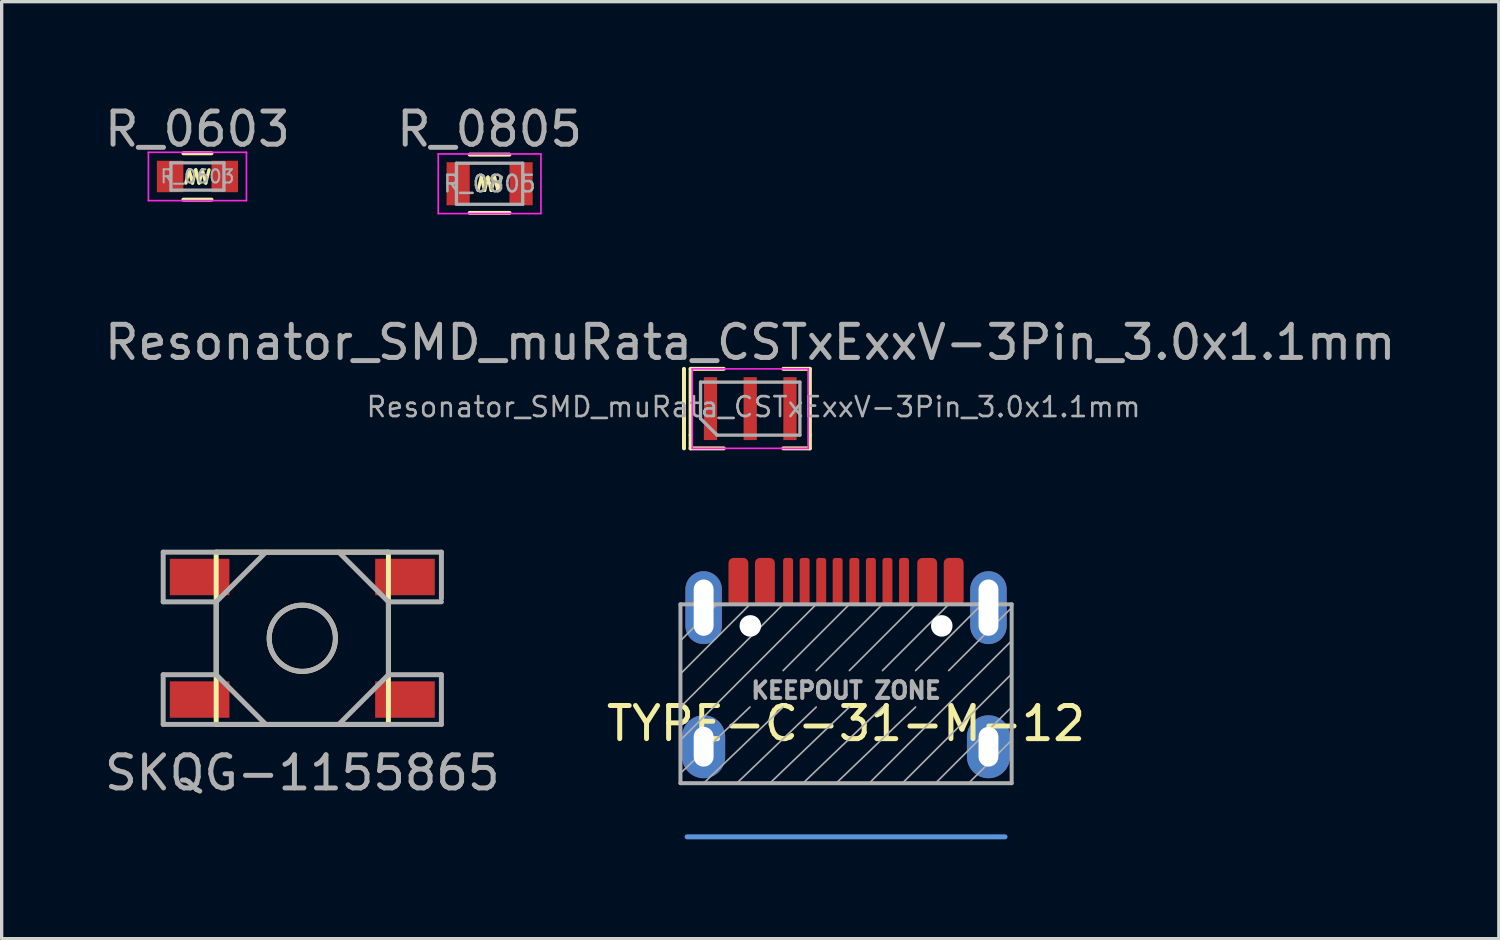
<source format=kicad_pcb>
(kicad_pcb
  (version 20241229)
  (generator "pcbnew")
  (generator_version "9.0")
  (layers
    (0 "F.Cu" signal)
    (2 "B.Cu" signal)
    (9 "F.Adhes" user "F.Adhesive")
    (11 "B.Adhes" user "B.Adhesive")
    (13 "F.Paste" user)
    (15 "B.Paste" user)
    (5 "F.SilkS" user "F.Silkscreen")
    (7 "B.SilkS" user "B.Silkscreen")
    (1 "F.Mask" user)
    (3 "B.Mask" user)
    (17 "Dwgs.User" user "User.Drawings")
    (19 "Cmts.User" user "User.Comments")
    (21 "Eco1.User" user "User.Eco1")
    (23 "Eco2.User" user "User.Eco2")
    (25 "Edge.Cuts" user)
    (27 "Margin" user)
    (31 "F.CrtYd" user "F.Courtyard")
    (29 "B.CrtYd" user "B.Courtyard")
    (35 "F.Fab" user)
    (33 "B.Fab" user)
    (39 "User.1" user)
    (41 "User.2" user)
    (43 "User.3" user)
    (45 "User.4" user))
  (footprint "TYPE-C-31-M-12"
    (layer "F.Cu")
    (at 22.494 13.796)
    (property "Reference" "TYPE-C-31-M-12" (at 0 5 180) (layer "F.SilkS") (effects (font (size 1 1) (thickness 0.15))))
    (attr through_hole)
    (fp_line (start 4.8 8.42) (end -4.8 8.42) (stroke (width 0.15) (type solid)) (layer "Cmts.User"))
    (fp_line (start -5 1.4) (end -5 6.8) (stroke (width 0.12) (type solid)) (layer "F.Fab"))
    (fp_line (start -5 2.5) (end -3.9 1.4) (stroke (width 0.05) (type solid)) (layer "F.Fab"))
    (fp_line (start -5 3.5) (end -2.9 1.4) (stroke (width 0.05) (type solid)) (layer "F.Fab"))
    (fp_line (start -5 4.5) (end -1.9 1.4) (stroke (width 0.05) (type solid)) (layer "F.Fab"))
    (fp_line (start -5 5.5) (end -0.9 1.4) (stroke (width 0.05) (type solid)) (layer "F.Fab"))
    (fp_line (start -5 6.5) (end -2.9 4.5) (stroke (width 0.05) (type solid)) (layer "F.Fab"))
    (fp_line (start -5 6.8) (end 5 6.8) (stroke (width 0.12) (type solid)) (layer "F.Fab"))
    (fp_line (start -4.3 6.8) (end -1.9 4.5) (stroke (width 0.05) (type solid)) (layer "F.Fab"))
    (fp_line (start -3.3 6.8) (end -0.9 4.5) (stroke (width 0.05) (type solid)) (layer "F.Fab"))
    (fp_line (start -2.3 6.8) (end 0.1 4.5) (stroke (width 0.05) (type solid)) (layer "F.Fab"))
    (fp_line (start -1.9 3.4) (end 0.1 1.4) (stroke (width 0.05) (type solid)) (layer "F.Fab"))
    (fp_line (start -1.3 6.8) (end 1.1 4.5) (stroke (width 0.05) (type solid)) (layer "F.Fab"))
    (fp_line (start -0.9 3.4) (end 1.1 1.4) (stroke (width 0.05) (type solid)) (layer "F.Fab"))
    (fp_line (start -0.3 6.8) (end 2.1 4.5) (stroke (width 0.05) (type solid)) (layer "F.Fab"))
    (fp_line (start 0.1 3.4) (end 2.1 1.4) (stroke (width 0.05) (type solid)) (layer "F.Fab"))
    (fp_line (start 0.7 6.8) (end 5 2.5) (stroke (width 0.05) (type solid)) (layer "F.Fab"))
    (fp_line (start 1.1 3.4) (end 3.1 1.4) (stroke (width 0.05) (type solid)) (layer "F.Fab"))
    (fp_line (start 1.7 6.8) (end 5 3.5) (stroke (width 0.05) (type solid)) (layer "F.Fab"))
    (fp_line (start 2.1 3.4) (end 4.1 1.4) (stroke (width 0.05) (type solid)) (layer "F.Fab"))
    (fp_line (start 2.7 6.8) (end 5 4.5) (stroke (width 0.05) (type solid)) (layer "F.Fab"))
    (fp_line (start 3.1 3.4) (end 5 1.5) (stroke (width 0.05) (type solid)) (layer "F.Fab"))
    (fp_line (start 3.7 6.8) (end 5 5.5) (stroke (width 0.05) (type solid)) (layer "F.Fab"))
    (fp_line (start 5 1.4) (end -5 1.4) (stroke (width 0.12) (type solid)) (layer "F.Fab"))
    (fp_line (start 5 6.8) (end 5 1.4) (stroke (width 0.12) (type solid)) (layer "F.Fab"))
    (fp_text user "KEEPOUT ZONE" (at 0 4 180) (layer "F.Fab") (effects (font (size 0.5 0.5) (thickness 0.125))))
    (pad "" np_thru_hole circle (at -2.89 2.051) (size 0.65 0.65) (drill 0.65) (layers "*.Cu" "*.Mask"))
    (pad "" np_thru_hole circle (at 2.89 2.051) (size 0.65 0.65) (drill 0.65) (layers "*.Cu" "*.Mask"))
    (pad "A1" smd roundrect (at -3.25 1.275) (size 0.6 1.45) (drill (offset 0 -0.55)) (layers "F.Cu" "F.Mask" "F.Paste") (roundrect_rratio 0.25))
    (pad "A4" smd roundrect (at -2.45 1.275) (size 0.6 1.45) (drill (offset 0 -0.55)) (layers "F.Cu" "F.Mask" "F.Paste") (roundrect_rratio 0.25))
    (pad "A5" smd roundrect (at -1.25 1.275) (size 0.3 1.45) (drill (offset 0 -0.55)) (layers "F.Cu" "F.Mask" "F.Paste") (roundrect_rratio 0.25))
    (pad "A6" smd roundrect (at -0.254 1.275) (size 0.3 1.45) (drill (offset 0 -0.55)) (layers "F.Cu" "F.Mask" "F.Paste") (roundrect_rratio 0.25))
    (pad "A7" smd roundrect (at 0.25 1.275) (size 0.3 1.45) (drill (offset 0 -0.55)) (layers "F.Cu" "F.Mask" "F.Paste") (roundrect_rratio 0.25))
    (pad "A8" smd roundrect (at 1.25 1.275) (size 0.3 1.45) (drill (offset 0 -0.55)) (layers "F.Cu" "F.Mask" "F.Paste") (roundrect_rratio 0.25))
    (pad "B1" smd roundrect (at 3.25 1.275) (size 0.6 1.45) (drill (offset 0 -0.55)) (layers "F.Cu" "F.Mask" "F.Paste") (roundrect_rratio 0.25))
    (pad "B4" smd roundrect (at 2.45 1.275) (size 0.6 1.45) (drill (offset 0 -0.55)) (layers "F.Cu" "F.Mask" "F.Paste") (roundrect_rratio 0.25))
    (pad "B5" smd roundrect (at 1.75 1.275) (size 0.3 1.45) (drill (offset 0 -0.55)) (layers "F.Cu" "F.Mask" "F.Paste") (roundrect_rratio 0.25))
    (pad "B6" smd roundrect (at 0.75 1.275) (size 0.3 1.45) (drill (offset 0 -0.55)) (layers "F.Cu" "F.Mask" "F.Paste") (roundrect_rratio 0.25))
    (pad "B7" smd roundrect (at -0.75 1.275) (size 0.3 1.45) (drill (offset 0 -0.55)) (layers "F.Cu" "F.Mask" "F.Paste") (roundrect_rratio 0.25))
    (pad "B8" smd roundrect (at -1.75 1.275) (size 0.3 1.45) (drill (offset 0 -0.55)) (layers "F.Cu" "F.Mask" "F.Paste") (roundrect_rratio 0.25))
    (pad "S" thru_hole oval (at -4.3 1.5) (size 1.1 2.2) (drill oval 0.6 1.7) (layers "*.Cu" "*.Paste" "*.Mask"))
    (pad "S" thru_hole oval (at -4.3 5.7) (size 1.3 1.9) (drill oval 0.6 1.2) (layers "*.Cu" "*.Paste" "*.Mask"))
    (pad "S" thru_hole oval (at 4.3 1.5) (size 1.1 2.2) (drill oval 0.6 1.7) (layers "*.Cu" "*.Paste" "*.Mask"))
    (pad "S" thru_hole oval (at 4.3 5.7) (size 1.3 1.9) (drill oval 0.6 1.2) (layers "*.Cu" "*.Paste" "*.Mask")))
  (footprint "SKQG-1155865"
    (layer "F.Cu")
    (at 6.077 16.221)
    (property "Reference" "SKQG-1155865" (at 0 4.064 0) (layer "F.Fab") (effects (font (size 1 1) (thickness 0.15))))
    (attr smd)
    (fp_line (start -2.6 -2.6) (end 2.6 -2.6) (stroke (width 0.15) (type solid)) (layer "F.SilkS"))
    (fp_line (start -2.6 2.6) (end -2.6 -2.6) (stroke (width 0.15) (type solid)) (layer "F.SilkS"))
    (fp_line (start 2.6 -2.6) (end 2.6 2.6) (stroke (width 0.15) (type solid)) (layer "F.SilkS"))
    (fp_line (start 2.6 2.6) (end -2.6 2.6) (stroke (width 0.15) (type solid)) (layer "F.SilkS"))
    (fp_circle (center 0 0) (end 1 0) (stroke (width 0.15) (type solid)) (fill no) (layer "F.SilkS"))
    (fp_line (start -4.2 -2.6) (end 4.2 -2.6) (stroke (width 0.15) (type solid)) (layer "F.Fab"))
    (fp_line (start -4.2 -1.1) (end -4.2 -2.6) (stroke (width 0.15) (type solid)) (layer "F.Fab"))
    (fp_line (start -4.2 1.1) (end -2.6 1.1) (stroke (width 0.15) (type solid)) (layer "F.Fab"))
    (fp_line (start -4.2 2.6) (end -4.2 1.1) (stroke (width 0.15) (type solid)) (layer "F.Fab"))
    (fp_line (start -2.6 -1.1) (end -4.2 -1.1) (stroke (width 0.15) (type solid)) (layer "F.Fab"))
    (fp_line (start -2.6 -1.1) (end -1.1 -2.6) (stroke (width 0.15) (type solid)) (layer "F.Fab"))
    (fp_line (start -2.6 1.1) (end -2.6 -1.1) (stroke (width 0.15) (type solid)) (layer "F.Fab"))
    (fp_line (start -2.6 1.1) (end -1.1 2.6) (stroke (width 0.15) (type solid)) (layer "F.Fab"))
    (fp_line (start 2.6 -1.1) (end 1.1 -2.6) (stroke (width 0.15) (type solid)) (layer "F.Fab"))
    (fp_line (start 2.6 -1.1) (end 2.6 1.1) (stroke (width 0.15) (type solid)) (layer "F.Fab"))
    (fp_line (start 2.6 1.1) (end 1.1 2.6) (stroke (width 0.15) (type solid)) (layer "F.Fab"))
    (fp_line (start 2.6 1.1) (end 4.2 1.1) (stroke (width 0.15) (type solid)) (layer "F.Fab"))
    (fp_line (start 4.2 -2.6) (end 4.2 -1.2) (stroke (width 0.15) (type solid)) (layer "F.Fab"))
    (fp_line (start 4.2 -1.1) (end 2.6 -1.1) (stroke (width 0.15) (type solid)) (layer "F.Fab"))
    (fp_line (start 4.2 1.1) (end 4.2 2.6) (stroke (width 0.15) (type solid)) (layer "F.Fab"))
    (fp_line (start 4.2 2.6) (end -4.2 2.6) (stroke (width 0.15) (type solid)) (layer "F.Fab"))
    (fp_circle (center 0 0) (end 1 0) (stroke (width 0.15) (type solid)) (fill no) (layer "F.Fab"))
    (pad "1" smd rect (at 3.1 1.85) (size 1.8 1.1) (layers "F.Cu" "F.Mask" "F.Paste"))
    (pad "2" smd rect (at -3.1 -1.85) (size 1.8 1.1) (layers "F.Cu" "F.Mask" "F.Paste"))
    (pad "3" smd rect (at 3.1 -1.85) (size 1.8 1.1) (layers "F.Cu" "F.Mask" "F.Paste"))
    (pad "4" smd rect (at -3.1 1.85) (size 1.8 1.1) (layers "F.Cu" "F.Mask" "F.Paste")))
  (footprint "R_0603"
    (layer "F.Cu")
    (at 2.911 2.278)
    (property "Reference" "R_0603" (at 0 -1.43 0) (layer "F.Fab") (effects (font (size 1 1) (thickness 0.15))))
    (attr smd)
    (fp_line (start -0.425 -0.7) (end 0.425 -0.7) (stroke (width 0.12) (type solid)) (layer "F.SilkS"))
    (fp_line (start -0.425 0.7) (end 0.425 0.7) (stroke (width 0.12) (type solid)) (layer "F.SilkS"))
    (fp_line (start -0.35 0.2) (end -0.25 -0.2) (stroke (width 0.1) (type solid)) (layer "F.SilkS"))
    (fp_line (start -0.25 -0.2) (end -0.15 0.2) (stroke (width 0.1) (type solid)) (layer "F.SilkS"))
    (fp_line (start -0.15 0.2) (end -0.05 -0.2) (stroke (width 0.1) (type solid)) (layer "F.SilkS"))
    (fp_line (start -0.05 -0.2) (end 0.05 0.2) (stroke (width 0.1) (type solid)) (layer "F.SilkS"))
    (fp_line (start 0.05 0.2) (end 0.15 -0.2) (stroke (width 0.1) (type solid)) (layer "F.SilkS"))
    (fp_line (start 0.15 -0.2) (end 0.25 0.2) (stroke (width 0.1) (type solid)) (layer "F.SilkS"))
    (fp_line (start 0.25 0.2) (end 0.35 -0.2) (stroke (width 0.1) (type solid)) (layer "F.SilkS"))
    (fp_line (start -1.48 -0.73) (end 1.48 -0.73) (stroke (width 0.05) (type solid)) (layer "F.CrtYd"))
    (fp_line (start -1.48 0.73) (end -1.48 -0.73) (stroke (width 0.05) (type solid)) (layer "F.CrtYd"))
    (fp_line (start 1.48 -0.73) (end 1.48 0.73) (stroke (width 0.05) (type solid)) (layer "F.CrtYd"))
    (fp_line (start 1.48 0.73) (end -1.48 0.73) (stroke (width 0.05) (type solid)) (layer "F.CrtYd"))
    (fp_line (start -0.8 -0.412) (end 0.8 -0.412) (stroke (width 0.1) (type solid)) (layer "F.Fab"))
    (fp_line (start -0.8 0.412) (end -0.8 -0.412) (stroke (width 0.1) (type solid)) (layer "F.Fab"))
    (fp_line (start 0.8 -0.412) (end 0.8 0.412) (stroke (width 0.1) (type solid)) (layer "F.Fab"))
    (fp_line (start 0.8 0.412) (end -0.8 0.412) (stroke (width 0.1) (type solid)) (layer "F.Fab"))
    (fp_text user "${REFERENCE}" (at 0 0 0) (layer "F.Fab") (effects (font (size 0.4 0.4) (thickness 0.06))))
    (pad "1" smd rect (at -0.825 0) (size 0.8 0.95) (layers "F.Cu" "F.Mask" "F.Paste"))
    (pad "2" smd rect (at 0.825 0) (size 0.8 0.95) (layers "F.Cu" "F.Mask" "F.Paste")))
  (footprint "R_0805"
    (layer "F.Cu")
    (at 11.732 2.498)
    (property "Reference" "R_0805" (at 0 -1.65 180) (layer "F.Fab") (effects (font (size 1 1) (thickness 0.15))))
    (attr smd)
    (fp_line (start -0.6 -0.88) (end 0.6 -0.88) (stroke (width 0.12) (type solid)) (layer "F.SilkS"))
    (fp_line (start -0.35 0.2) (end -0.25 -0.2) (stroke (width 0.1) (type solid)) (layer "F.SilkS"))
    (fp_line (start -0.25 -0.2) (end -0.15 0.2) (stroke (width 0.1) (type solid)) (layer "F.SilkS"))
    (fp_line (start -0.15 0.2) (end -0.05 -0.2) (stroke (width 0.1) (type solid)) (layer "F.SilkS"))
    (fp_line (start -0.05 -0.2) (end 0.05 0.2) (stroke (width 0.1) (type solid)) (layer "F.SilkS"))
    (fp_line (start 0.05 0.2) (end 0.15 -0.2) (stroke (width 0.1) (type solid)) (layer "F.SilkS"))
    (fp_line (start 0.15 -0.2) (end 0.25 0.2) (stroke (width 0.1) (type solid)) (layer "F.SilkS"))
    (fp_line (start 0.25 0.2) (end 0.35 -0.2) (stroke (width 0.1) (type solid)) (layer "F.SilkS"))
    (fp_line (start 0.6 0.88) (end -0.6 0.88) (stroke (width 0.12) (type solid)) (layer "F.SilkS"))
    (fp_line (start -1.55 -0.9) (end -1.55 0.9) (stroke (width 0.05) (type solid)) (layer "F.CrtYd"))
    (fp_line (start -1.55 -0.9) (end 1.55 -0.9) (stroke (width 0.05) (type solid)) (layer "F.CrtYd"))
    (fp_line (start 1.55 0.9) (end -1.55 0.9) (stroke (width 0.05) (type solid)) (layer "F.CrtYd"))
    (fp_line (start 1.55 0.9) (end 1.55 -0.9) (stroke (width 0.05) (type solid)) (layer "F.CrtYd"))
    (fp_line (start -1 -0.62) (end 1 -0.62) (stroke (width 0.1) (type solid)) (layer "F.Fab"))
    (fp_line (start -1 0.62) (end -1 -0.62) (stroke (width 0.1) (type solid)) (layer "F.Fab"))
    (fp_line (start 1 -0.62) (end 1 0.62) (stroke (width 0.1) (type solid)) (layer "F.Fab"))
    (fp_line (start 1 0.62) (end -1 0.62) (stroke (width 0.1) (type solid)) (layer "F.Fab"))
    (fp_text user "${REFERENCE}" (at 0 0 180) (layer "F.Fab") (effects (font (size 0.5 0.5) (thickness 0.075))))
    (pad "1" smd rect (at -0.95 0) (size 0.7 1.3) (layers "F.Cu" "F.Mask" "F.Paste"))
    (pad "2" smd rect (at 0.95 0) (size 0.7 1.3) (layers "F.Cu" "F.Mask" "F.Paste")))
  (footprint "Resonator_SMD_muRata_CSTxExxV-3Pin_3.0x1.1mm"
    (layer "F.Cu")
    (at 19.601 9.287)
    (property "Reference" "Resonator_SMD_muRata_CSTxExxV-3Pin_3.0x1.1mm" (at 0 -2 0) (layer "F.Fab") (effects (font (size 1 1) (thickness 0.15))))
    (attr smd)
    (fp_line (start -2 -1.2) (end -2 0.8) (stroke (width 0.12) (type solid)) (layer "F.SilkS"))
    (fp_line (start -2 0.8) (end -2 1.2) (stroke (width 0.12) (type solid)) (layer "F.SilkS"))
    (fp_line (start -1.8 -1.2) (end -0.8 -1.2) (stroke (width 0.12) (type solid)) (layer "F.SilkS"))
    (fp_line (start -1.8 0.8) (end -1.8 -1.2) (stroke (width 0.12) (type solid)) (layer "F.SilkS"))
    (fp_line (start -1.8 0.8) (end -1.8 1.2) (stroke (width 0.12) (type solid)) (layer "F.SilkS"))
    (fp_line (start -0.8 1.2) (end -1.8 1.2) (stroke (width 0.12) (type solid)) (layer "F.SilkS"))
    (fp_line (start 1 -1.2) (end 1.8 -1.2) (stroke (width 0.12) (type solid)) (layer "F.SilkS"))
    (fp_line (start 1.8 -1.2) (end 1.8 0.8) (stroke (width 0.12) (type solid)) (layer "F.SilkS"))
    (fp_line (start 1.8 0.8) (end 1.8 1.2) (stroke (width 0.12) (type solid)) (layer "F.SilkS"))
    (fp_line (start 1.8 1.2) (end 1 1.2) (stroke (width 0.12) (type solid)) (layer "F.SilkS"))
    (fp_line (start -1.75 -1.2) (end 1.75 -1.2) (stroke (width 0.05) (type solid)) (layer "F.CrtYd"))
    (fp_line (start -1.75 1.2) (end -1.75 -1.2) (stroke (width 0.05) (type solid)) (layer "F.CrtYd"))
    (fp_line (start 1.75 -1.2) (end 1.75 1.2) (stroke (width 0.05) (type solid)) (layer "F.CrtYd"))
    (fp_line (start 1.75 1.2) (end -1.75 1.2) (stroke (width 0.05) (type solid)) (layer "F.CrtYd"))
    (fp_line (start -1.5 0.3) (end -1.5 -0.8) (stroke (width 0.1) (type solid)) (layer "F.Fab"))
    (fp_line (start -1 0.8) (end -1.5 0.3) (stroke (width 0.1) (type solid)) (layer "F.Fab"))
    (fp_line (start -1 0.8) (end 1.5 0.8) (stroke (width 0.1) (type solid)) (layer "F.Fab"))
    (fp_line (start 1.5 -0.8) (end -1.5 -0.8) (stroke (width 0.1) (type solid)) (layer "F.Fab"))
    (fp_line (start 1.5 0.8) (end 1.5 -0.8) (stroke (width 0.1) (type solid)) (layer "F.Fab"))
    (fp_text user "${REFERENCE}" (at 0.1 -0.05 0) (layer "F.Fab") (effects (font (size 0.6 0.6) (thickness 0.08))))
    (pad "1" smd rect (at -1.2 0) (size 0.4 1.9) (layers "F.Cu" "F.Mask" "F.Paste"))
    (pad "2" smd rect (at 0 0) (size 0.4 1.9) (layers "F.Cu" "F.Mask" "F.Paste"))
    (pad "3" smd rect (at 1.2 0) (size 0.4 1.9) (layers "F.Cu" "F.Mask" "F.Paste")))
  (gr_rect
    (start -3 -3)
    (end 42.202 25.291)
    (stroke (width 0.1) (type default))
    (fill no)
    (layer "Edge.Cuts")))
</source>
